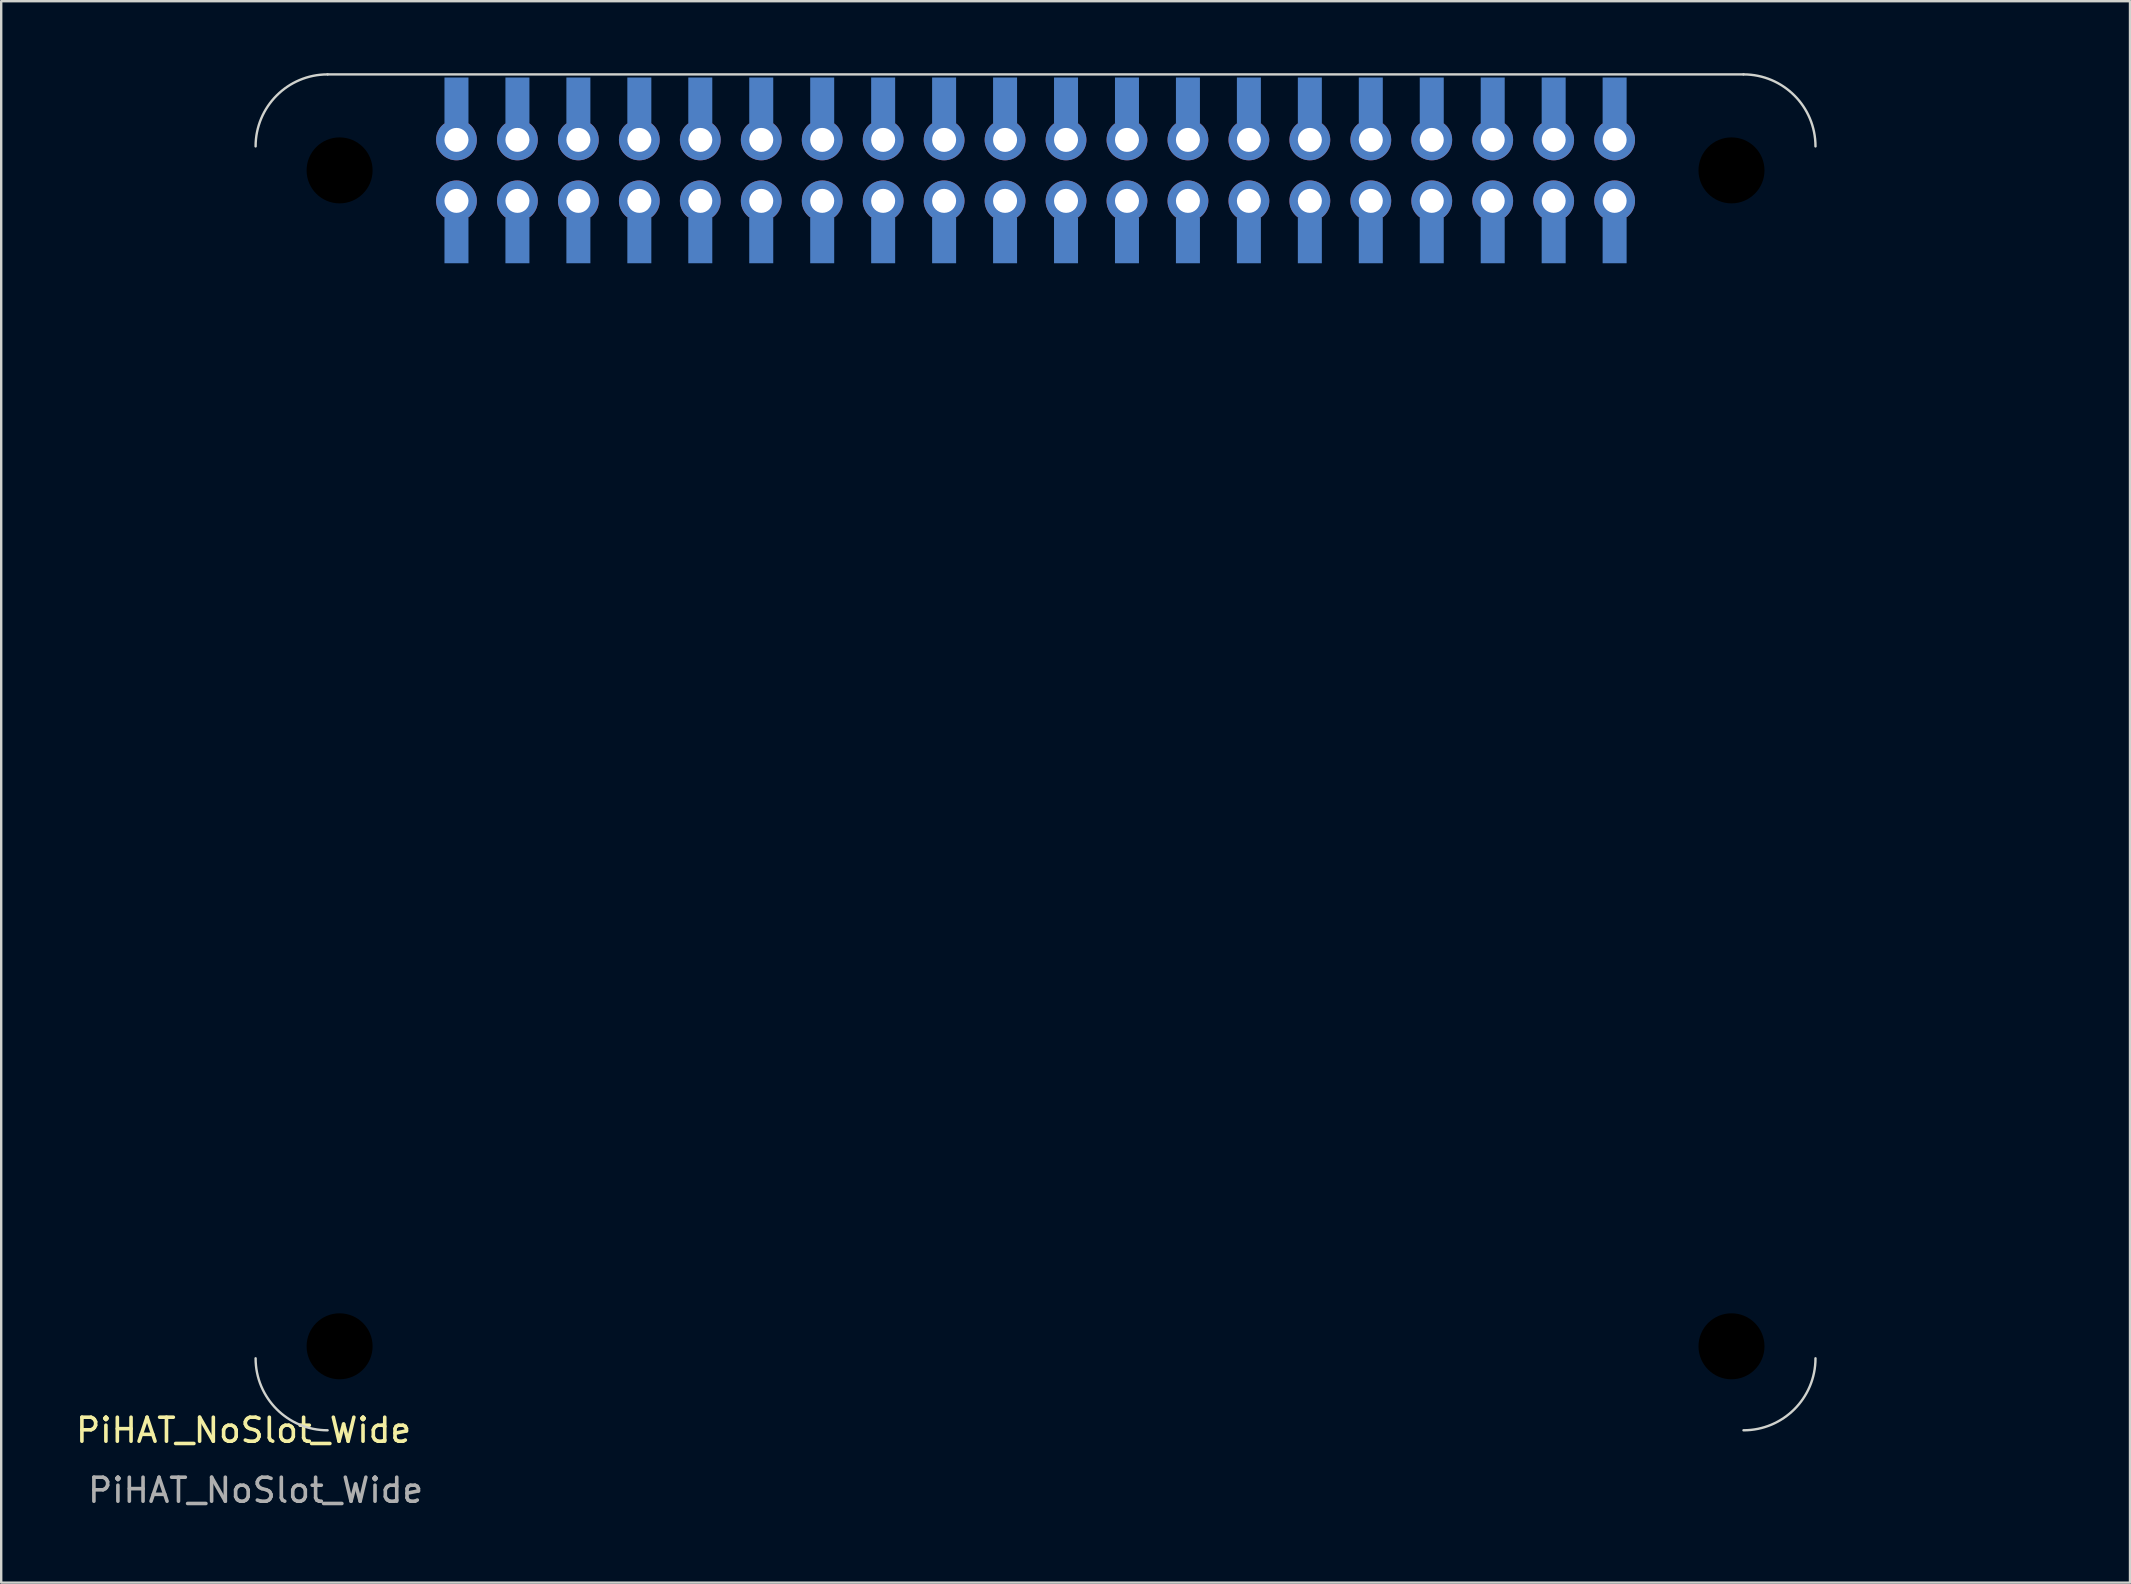
<source format=kicad_pcb>
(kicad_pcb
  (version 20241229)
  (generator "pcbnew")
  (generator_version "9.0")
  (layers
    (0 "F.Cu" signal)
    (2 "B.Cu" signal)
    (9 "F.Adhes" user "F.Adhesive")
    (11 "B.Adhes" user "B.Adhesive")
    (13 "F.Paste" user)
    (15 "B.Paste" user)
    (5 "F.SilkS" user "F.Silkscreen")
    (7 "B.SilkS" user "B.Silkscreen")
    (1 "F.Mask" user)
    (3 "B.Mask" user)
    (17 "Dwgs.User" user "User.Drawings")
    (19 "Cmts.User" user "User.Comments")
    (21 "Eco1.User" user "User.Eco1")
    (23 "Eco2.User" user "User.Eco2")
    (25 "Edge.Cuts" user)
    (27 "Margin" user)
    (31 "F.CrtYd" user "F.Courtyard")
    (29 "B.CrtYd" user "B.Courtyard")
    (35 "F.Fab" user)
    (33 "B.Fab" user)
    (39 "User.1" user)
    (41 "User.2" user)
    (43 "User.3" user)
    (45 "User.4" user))
  (footprint "PiHAT_NoSlot_Wide"
    (layer "F.Cu")
    (at 14.701 4.05)
    (property "Reference" "PiHAT_NoSlot_Wide" (at -7.6 52.5 0) (unlocked yes) (layer "F.SilkS") (effects (font (size 1 1) (thickness 0.15))))
    (attr through_hole)
    (fp_line (start -4.1 -4) (end 54.9 -4) (stroke (width 0.1) (type default)) (layer "Edge.Cuts"))
    (fp_arc (start -7.1 -1) (mid -6.22132 -3.12132) (end -4.1 -4) (stroke (width 0.1) (type solid)) (layer "Edge.Cuts"))
    (fp_arc (start -4.1 52.5) (mid -6.22132 51.62132) (end -7.1 49.5) (stroke (width 0.1) (type solid)) (layer "Edge.Cuts"))
    (fp_arc (start 54.9 -4) (mid 57.02132 -3.12132) (end 57.9 -1) (stroke (width 0.1) (type solid)) (layer "Edge.Cuts"))
    (fp_arc (start 57.9 49.5) (mid 57.02132 51.62132) (end 54.9 52.5) (stroke (width 0.1) (type solid)) (layer "Edge.Cuts"))
    (fp_poly (pts (xy 56.94 8.68) (xy 51.86 8.68) (xy 51.86 3.6) (xy 56.94 3.6)) (stroke (width 0.12) (type solid)) (fill no) (layer "User.1"))
    (fp_text user "${REFERENCE}" (at -7.1 55 0) (unlocked yes) (layer "F.Fab") (effects (font (size 1 1) (thickness 0.15))))
    (fp_text user "POE header" (at 63.5 5.08 0) (unlocked yes) (layer "User.1") (effects (font (size 1 1) (thickness 0.15))))
    (pad "" np_thru_hole circle (at -3.6 0) (size 6.2 6.2) (drill 2.75) (layers "*.Mask"))
    (pad "" np_thru_hole circle (at -3.6 49) (size 6.2 6.2) (drill 2.75) (layers "*.Mask"))
    (pad "" np_thru_hole circle (at 54.4 0) (size 6.2 6.2) (drill 2.75) (layers "*.Mask"))
    (pad "" np_thru_hole circle (at 54.4 49) (size 6.2 6.2) (drill 2.75) (layers "*.Mask"))
    (pad "1" thru_hole circle (at 1.27 1.27) (size 1.7 1.7) (drill 1) (layers "*.Cu" "*.Mask"))
    (pad "1" smd rect (at 1.27 2.92) (size 1 1.9) (layers "B.Cu" "B.Mask"))
    (pad "2" smd rect (at 1.27 -2.92) (size 1 1.9) (layers "B.Cu" "B.Mask"))
    (pad "2" thru_hole circle (at 1.27 -1.27) (size 1.7 1.7) (drill 1) (layers "*.Cu" "*.Mask"))
    (pad "3" thru_hole circle (at 3.81 1.27) (size 1.7 1.7) (drill 1) (layers "*.Cu" "*.Mask"))
    (pad "3" smd rect (at 3.81 2.92) (size 1 1.9) (layers "B.Cu" "B.Mask"))
    (pad "4" smd rect (at 3.81 -2.92) (size 1 1.9) (layers "B.Cu" "B.Mask"))
    (pad "4" thru_hole circle (at 3.81 -1.27) (size 1.7 1.7) (drill 1) (layers "*.Cu" "*.Mask"))
    (pad "5" thru_hole circle (at 6.35 1.27) (size 1.7 1.7) (drill 1) (layers "*.Cu" "*.Mask"))
    (pad "5" smd rect (at 6.35 2.92) (size 1 1.9) (layers "B.Cu" "B.Mask"))
    (pad "6" smd rect (at 6.35 -2.92) (size 1 1.9) (layers "B.Cu" "B.Mask"))
    (pad "6" thru_hole circle (at 6.35 -1.27) (size 1.7 1.7) (drill 1) (layers "*.Cu" "*.Mask"))
    (pad "7" thru_hole circle (at 8.89 1.27) (size 1.7 1.7) (drill 1) (layers "*.Cu" "*.Mask"))
    (pad "7" smd rect (at 8.89 2.92) (size 1 1.9) (layers "B.Cu" "B.Mask"))
    (pad "8" smd rect (at 8.89 -2.92) (size 1 1.9) (layers "B.Cu" "B.Mask"))
    (pad "8" thru_hole circle (at 8.89 -1.27) (size 1.7 1.7) (drill 1) (layers "*.Cu" "*.Mask"))
    (pad "9" thru_hole circle (at 11.43 1.27) (size 1.7 1.7) (drill 1) (layers "*.Cu" "*.Mask"))
    (pad "9" smd rect (at 11.43 2.92) (size 1 1.9) (layers "B.Cu" "B.Mask"))
    (pad "10" smd rect (at 11.43 -2.92) (size 1 1.9) (layers "B.Cu" "B.Mask"))
    (pad "10" thru_hole circle (at 11.43 -1.27) (size 1.7 1.7) (drill 1) (layers "*.Cu" "*.Mask"))
    (pad "11" thru_hole circle (at 13.97 1.27) (size 1.7 1.7) (drill 1) (layers "*.Cu" "*.Mask"))
    (pad "11" smd rect (at 13.97 2.92) (size 1 1.9) (layers "B.Cu" "B.Mask"))
    (pad "12" smd rect (at 13.97 -2.92) (size 1 1.9) (layers "B.Cu" "B.Mask"))
    (pad "12" thru_hole circle (at 13.97 -1.27) (size 1.7 1.7) (drill 1) (layers "*.Cu" "*.Mask"))
    (pad "13" thru_hole circle (at 16.51 1.27) (size 1.7 1.7) (drill 1) (layers "*.Cu" "*.Mask"))
    (pad "13" smd rect (at 16.51 2.92) (size 1 1.9) (layers "B.Cu" "B.Mask"))
    (pad "14" smd rect (at 16.51 -2.92) (size 1 1.9) (layers "B.Cu" "B.Mask"))
    (pad "14" thru_hole circle (at 16.51 -1.27) (size 1.7 1.7) (drill 1) (layers "*.Cu" "*.Mask"))
    (pad "15" thru_hole circle (at 19.05 1.27) (size 1.7 1.7) (drill 1) (layers "*.Cu" "*.Mask"))
    (pad "15" smd rect (at 19.05 2.92) (size 1 1.9) (layers "B.Cu" "B.Mask"))
    (pad "16" smd rect (at 19.05 -2.92) (size 1 1.9) (layers "B.Cu" "B.Mask"))
    (pad "16" thru_hole circle (at 19.05 -1.27) (size 1.7 1.7) (drill 1) (layers "*.Cu" "*.Mask"))
    (pad "17" thru_hole circle (at 21.59 1.27) (size 1.7 1.7) (drill 1) (layers "*.Cu" "*.Mask"))
    (pad "17" smd rect (at 21.59 2.92) (size 1 1.9) (layers "B.Cu" "B.Mask"))
    (pad "18" smd rect (at 21.59 -2.92) (size 1 1.9) (layers "B.Cu" "B.Mask"))
    (pad "18" thru_hole circle (at 21.59 -1.27) (size 1.7 1.7) (drill 1) (layers "*.Cu" "*.Mask"))
    (pad "19" thru_hole circle (at 24.13 1.27) (size 1.7 1.7) (drill 1) (layers "*.Cu" "*.Mask"))
    (pad "19" smd rect (at 24.13 2.92) (size 1 1.9) (layers "B.Cu" "B.Mask"))
    (pad "20" smd rect (at 24.13 -2.92) (size 1 1.9) (layers "B.Cu" "B.Mask"))
    (pad "20" thru_hole circle (at 24.13 -1.27) (size 1.7 1.7) (drill 1) (layers "*.Cu" "*.Mask"))
    (pad "21" thru_hole circle (at 26.67 1.27) (size 1.7 1.7) (drill 1) (layers "*.Cu" "*.Mask"))
    (pad "21" smd rect (at 26.67 2.92) (size 1 1.9) (layers "B.Cu" "B.Mask"))
    (pad "22" smd rect (at 26.67 -2.92) (size 1 1.9) (layers "B.Cu" "B.Mask"))
    (pad "22" thru_hole circle (at 26.67 -1.27) (size 1.7 1.7) (drill 1) (layers "*.Cu" "*.Mask"))
    (pad "23" thru_hole circle (at 29.21 1.27) (size 1.7 1.7) (drill 1) (layers "*.Cu" "*.Mask"))
    (pad "23" smd rect (at 29.21 2.92) (size 1 1.9) (layers "B.Cu" "B.Mask"))
    (pad "24" smd rect (at 29.21 -2.92) (size 1 1.9) (layers "B.Cu" "B.Mask"))
    (pad "24" thru_hole circle (at 29.21 -1.27) (size 1.7 1.7) (drill 1) (layers "*.Cu" "*.Mask"))
    (pad "25" thru_hole circle (at 31.75 1.27) (size 1.7 1.7) (drill 1) (layers "*.Cu" "*.Mask"))
    (pad "25" smd rect (at 31.75 2.92) (size 1 1.9) (layers "B.Cu" "B.Mask"))
    (pad "26" smd rect (at 31.75 -2.92) (size 1 1.9) (layers "B.Cu" "B.Mask"))
    (pad "26" thru_hole circle (at 31.75 -1.27) (size 1.7 1.7) (drill 1) (layers "*.Cu" "*.Mask"))
    (pad "27" thru_hole circle (at 34.29 1.27) (size 1.7 1.7) (drill 1) (layers "*.Cu" "*.Mask"))
    (pad "27" smd rect (at 34.29 2.92) (size 1 1.9) (layers "B.Cu" "B.Mask"))
    (pad "28" smd rect (at 34.29 -2.92) (size 1 1.9) (layers "B.Cu" "B.Mask"))
    (pad "28" thru_hole circle (at 34.29 -1.27) (size 1.7 1.7) (drill 1) (layers "*.Cu" "*.Mask"))
    (pad "29" thru_hole circle (at 36.83 1.27) (size 1.7 1.7) (drill 1) (layers "*.Cu" "*.Mask"))
    (pad "29" smd rect (at 36.83 2.92) (size 1 1.9) (layers "B.Cu" "B.Mask"))
    (pad "30" smd rect (at 36.83 -2.92) (size 1 1.9) (layers "B.Cu" "B.Mask"))
    (pad "30" thru_hole circle (at 36.83 -1.27) (size 1.7 1.7) (drill 1) (layers "*.Cu" "*.Mask"))
    (pad "31" thru_hole circle (at 39.37 1.27) (size 1.7 1.7) (drill 1) (layers "*.Cu" "*.Mask"))
    (pad "31" smd rect (at 39.37 2.92) (size 1 1.9) (layers "B.Cu" "B.Mask"))
    (pad "32" smd rect (at 39.37 -2.92) (size 1 1.9) (layers "B.Cu" "B.Mask"))
    (pad "32" thru_hole circle (at 39.37 -1.27) (size 1.7 1.7) (drill 1) (layers "*.Cu" "*.Mask"))
    (pad "33" thru_hole circle (at 41.91 1.27) (size 1.7 1.7) (drill 1) (layers "*.Cu" "*.Mask"))
    (pad "33" smd rect (at 41.91 2.92) (size 1 1.9) (layers "B.Cu" "B.Mask"))
    (pad "34" smd rect (at 41.91 -2.92) (size 1 1.9) (layers "B.Cu" "B.Mask"))
    (pad "34" thru_hole circle (at 41.91 -1.27) (size 1.7 1.7) (drill 1) (layers "*.Cu" "*.Mask"))
    (pad "35" thru_hole circle (at 44.45 1.27) (size 1.7 1.7) (drill 1) (layers "*.Cu" "*.Mask"))
    (pad "35" smd rect (at 44.45 2.92) (size 1 1.9) (layers "B.Cu" "B.Mask"))
    (pad "36" smd rect (at 44.45 -2.92) (size 1 1.9) (layers "B.Cu" "B.Mask"))
    (pad "36" thru_hole circle (at 44.45 -1.27) (size 1.7 1.7) (drill 1) (layers "*.Cu" "*.Mask"))
    (pad "37" thru_hole circle (at 46.99 1.27) (size 1.7 1.7) (drill 1) (layers "*.Cu" "*.Mask"))
    (pad "37" smd rect (at 46.99 2.92) (size 1 1.9) (layers "B.Cu" "B.Mask"))
    (pad "38" smd rect (at 46.99 -2.92) (size 1 1.9) (layers "B.Cu" "B.Mask"))
    (pad "38" thru_hole circle (at 46.99 -1.27) (size 1.7 1.7) (drill 1) (layers "*.Cu" "*.Mask"))
    (pad "39" thru_hole circle (at 49.53 1.27) (size 1.7 1.7) (drill 1) (layers "*.Cu" "*.Mask"))
    (pad "39" smd rect (at 49.53 2.92) (size 1 1.9) (layers "B.Cu" "B.Mask"))
    (pad "40" smd rect (at 49.53 -2.92) (size 1 1.9) (layers "B.Cu" "B.Mask"))
    (pad "40" thru_hole circle (at 49.53 -1.27) (size 1.7 1.7) (drill 1) (layers "*.Cu" "*.Mask")))
  (gr_rect
    (start -3 -3)
    (end 85.707 62.898)
    (stroke (width 0.1) (type default))
    (fill no)
    (layer "Edge.Cuts")))
</source>
